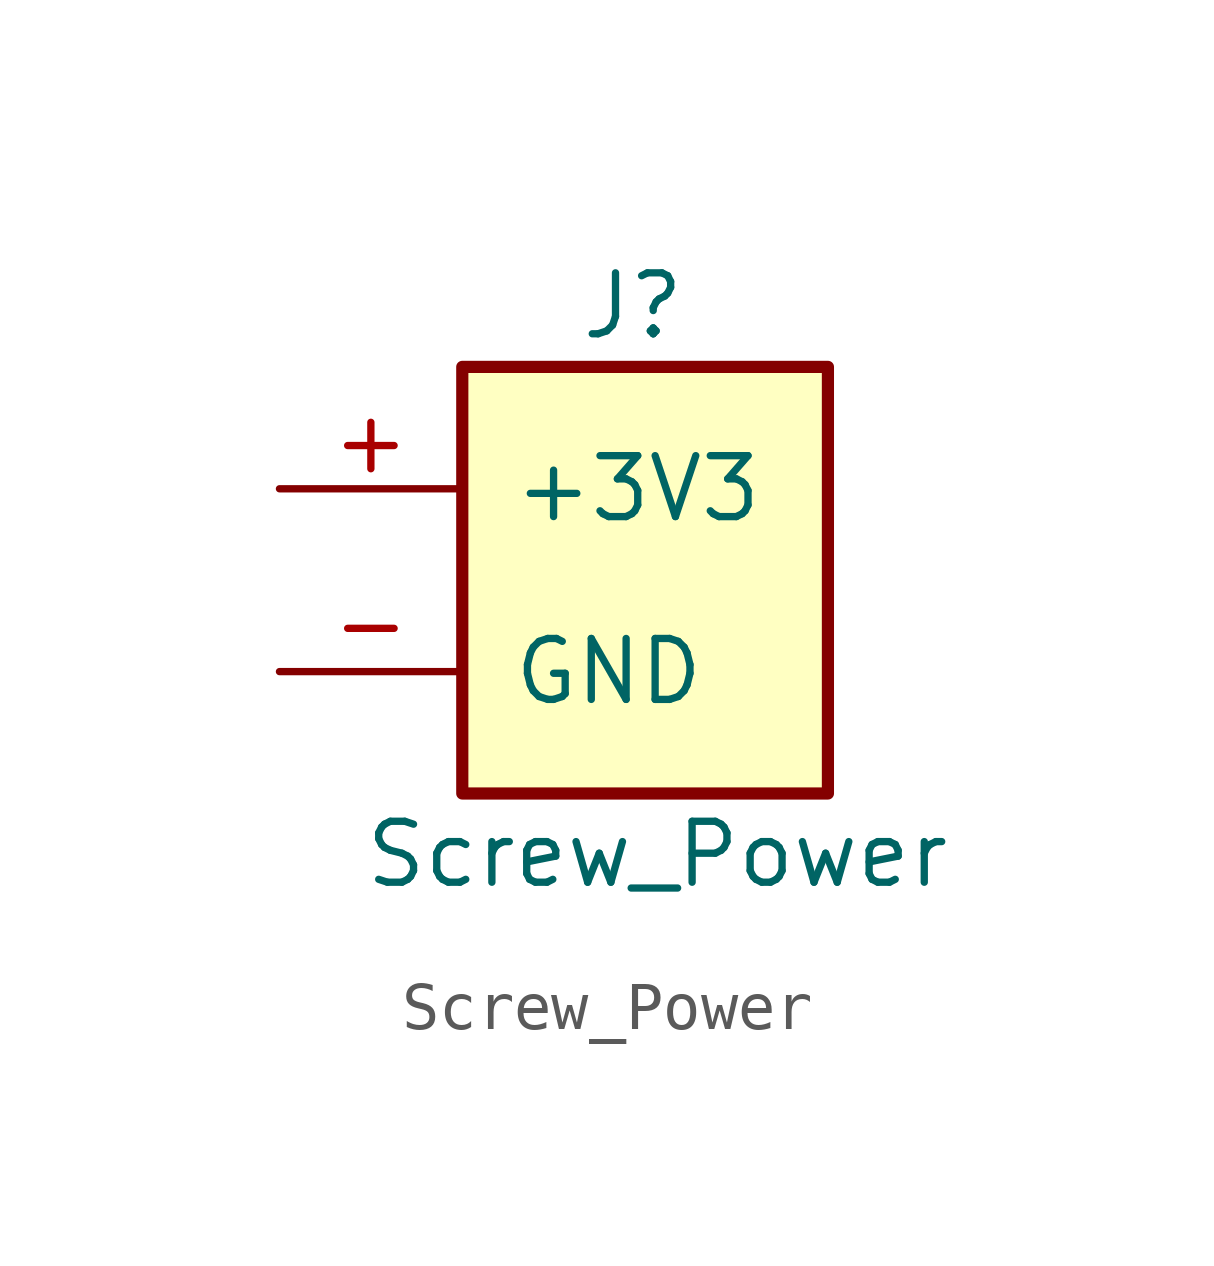
<source format=kicad_sym>
(kicad_symbol_lib
  (version 20231120)
  (generator "kicad_symbol_editor")
  (generator_version "8.0")
  (symbol "Screw_Power"
    (pin_names
      (offset 1.016))
    (property "Reference" "J"
      (at -0.254 5.08 0)
      (effects (font (size 1.27 1.27))))
    (property "Value" "Screw_Power"
      (at 0.254 -6.35 0)
      (effects (font (size 1.27 1.27))))
    (symbol "Screw_Power_1_1"
      (rectangle (start -3.81 3.81) (end 3.81 -5.08) (stroke (width 0.254) (type default)) (fill (type background)))
      (pin power_out line (at -7.62 1.27 0) (length 3.81) (name "+3V3" (effects (font (size 1.27 1.27)))) (number "+" (effects (font (size 1.27 1.27)))))
      (pin power_out line (at -7.62 -2.54 0) (length 3.81) (name "GND" (effects (font (size 1.27 1.27)))) (number "-" (effects (font (size 1.27 1.27))))))))
</source>
